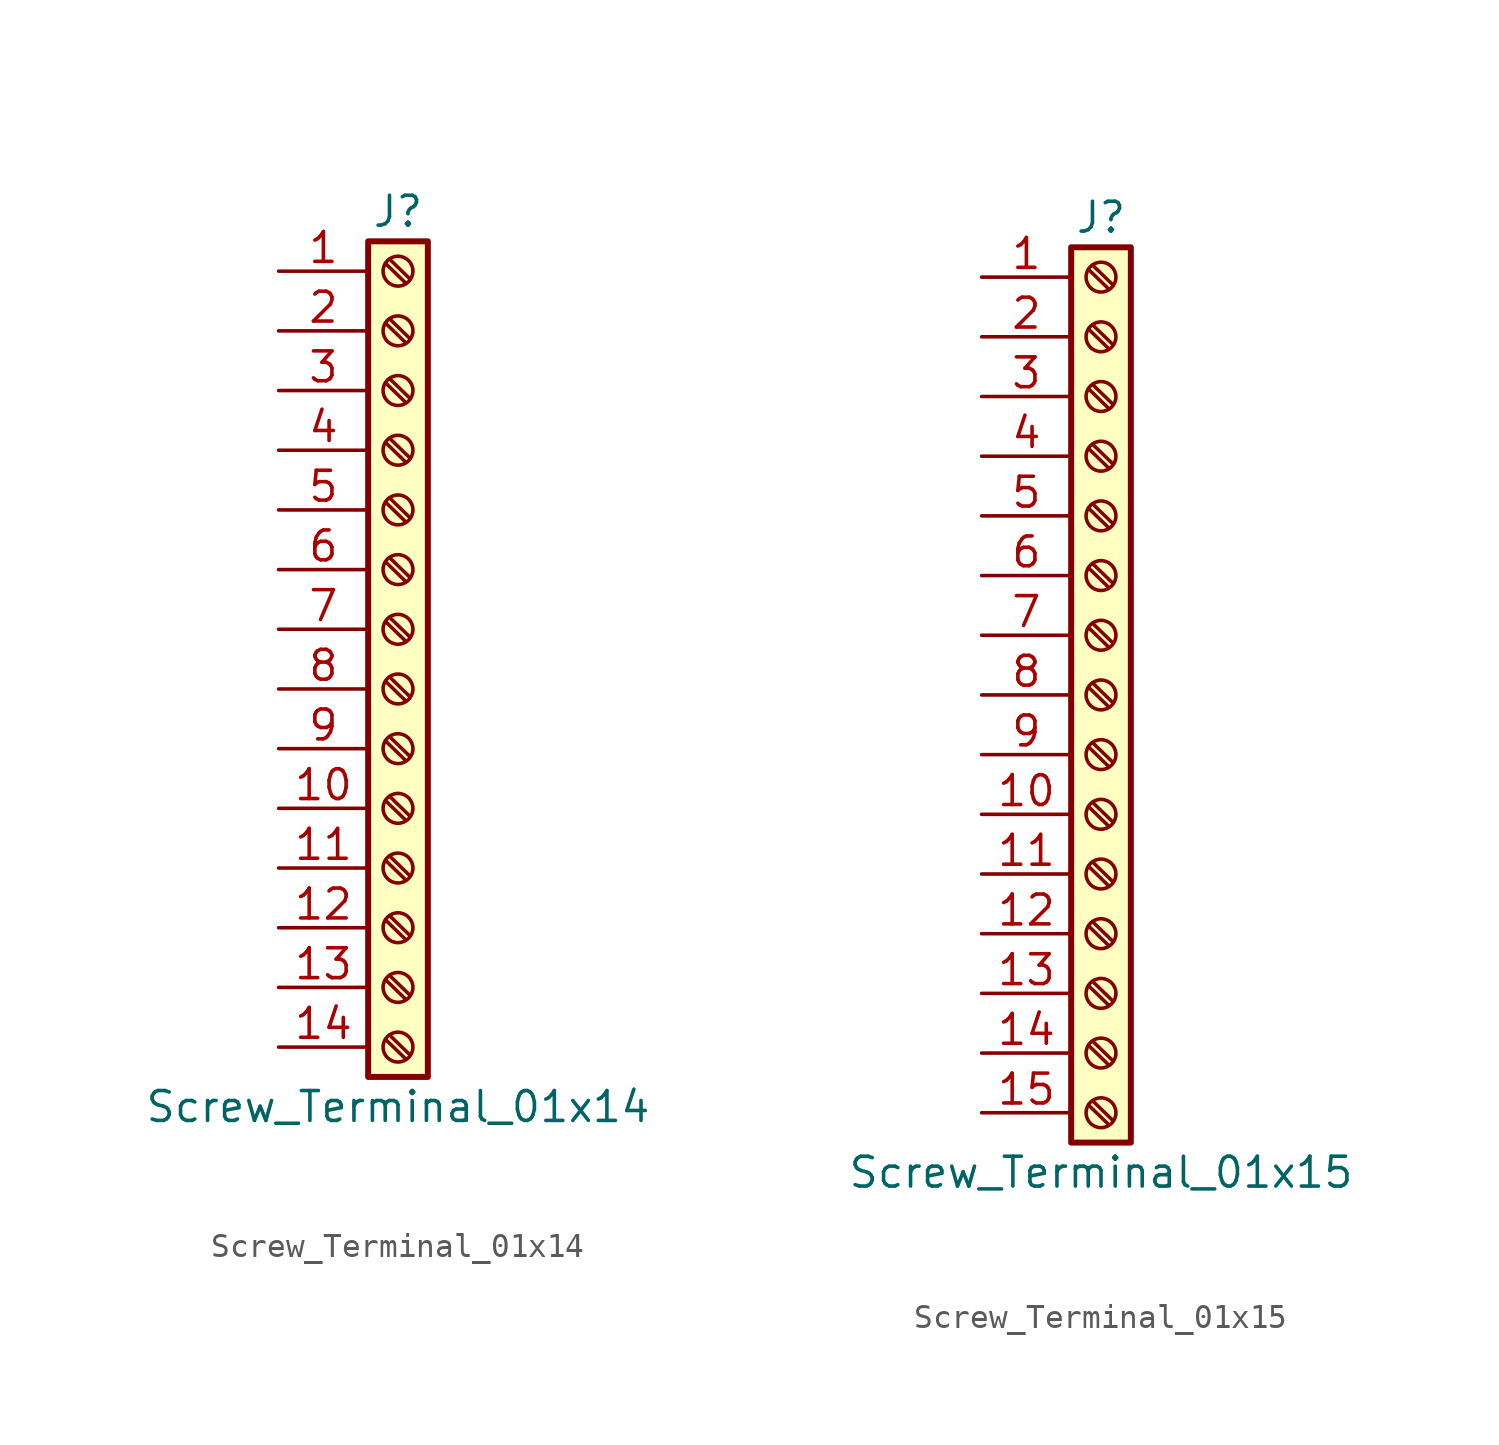
<source format=kicad_sym>
(kicad_symbol_lib
  (version 20241209)
  (generator "kicad_symbol_editor")
  (generator_version "9.0")
  (symbol "Screw_Terminal_01x14"
    (pin_names
      (offset 1.016)
      (hide yes))
    (property "Reference" "J"
      (at 0 17.78 0)
      (effects (font (size 1.27 1.27))))
    (property "Value" "Screw_Terminal_01x14"
      (at 0 -20.32 0)
      (effects (font (size 1.27 1.27))))
    (symbol "Screw_Terminal_01x14_1_1"
      (rectangle (start -1.27 16.51) (end 1.27 -19.05) (stroke (width 0.254) (type default)) (fill (type background)))
      (polyline (pts (xy -0.533 15.57) (xy 0.33 14.732)) (stroke (width 0.152) (type default)) (fill (type none)))
      (polyline (pts (xy -0.533 13.03) (xy 0.33 12.192)) (stroke (width 0.152) (type default)) (fill (type none)))
      (polyline (pts (xy -0.533 10.49) (xy 0.33 9.652)) (stroke (width 0.152) (type default)) (fill (type none)))
      (polyline (pts (xy -0.533 7.95) (xy 0.33 7.112)) (stroke (width 0.152) (type default)) (fill (type none)))
      (polyline (pts (xy -0.533 5.41) (xy 0.33 4.572)) (stroke (width 0.152) (type default)) (fill (type none)))
      (polyline (pts (xy -0.533 2.87) (xy 0.33 2.032)) (stroke (width 0.152) (type default)) (fill (type none)))
      (polyline (pts (xy -0.533 0.33) (xy 0.33 -0.508)) (stroke (width 0.152) (type default)) (fill (type none)))
      (polyline (pts (xy -0.533 -2.21) (xy 0.33 -3.048)) (stroke (width 0.152) (type default)) (fill (type none)))
      (polyline (pts (xy -0.533 -4.75) (xy 0.33 -5.588)) (stroke (width 0.152) (type default)) (fill (type none)))
      (polyline (pts (xy -0.533 -7.29) (xy 0.33 -8.128)) (stroke (width 0.152) (type default)) (fill (type none)))
      (polyline (pts (xy -0.533 -9.83) (xy 0.33 -10.668)) (stroke (width 0.152) (type default)) (fill (type none)))
      (polyline (pts (xy -0.533 -12.37) (xy 0.33 -13.208)) (stroke (width 0.152) (type default)) (fill (type none)))
      (polyline (pts (xy -0.533 -14.91) (xy 0.33 -15.748)) (stroke (width 0.152) (type default)) (fill (type none)))
      (polyline (pts (xy -0.533 -17.45) (xy 0.33 -18.288)) (stroke (width 0.152) (type default)) (fill (type none)))
      (polyline (pts (xy -0.356 15.748) (xy 0.508 14.91)) (stroke (width 0.152) (type default)) (fill (type none)))
      (polyline (pts (xy -0.356 13.208) (xy 0.508 12.37)) (stroke (width 0.152) (type default)) (fill (type none)))
      (polyline (pts (xy -0.356 10.668) (xy 0.508 9.83)) (stroke (width 0.152) (type default)) (fill (type none)))
      (polyline (pts (xy -0.356 8.128) (xy 0.508 7.29)) (stroke (width 0.152) (type default)) (fill (type none)))
      (polyline (pts (xy -0.356 5.588) (xy 0.508 4.75)) (stroke (width 0.152) (type default)) (fill (type none)))
      (polyline (pts (xy -0.356 3.048) (xy 0.508 2.21)) (stroke (width 0.152) (type default)) (fill (type none)))
      (polyline (pts (xy -0.356 0.508) (xy 0.508 -0.33)) (stroke (width 0.152) (type default)) (fill (type none)))
      (polyline (pts (xy -0.356 -2.032) (xy 0.508 -2.87)) (stroke (width 0.152) (type default)) (fill (type none)))
      (polyline (pts (xy -0.356 -4.572) (xy 0.508 -5.41)) (stroke (width 0.152) (type default)) (fill (type none)))
      (polyline (pts (xy -0.356 -7.112) (xy 0.508 -7.95)) (stroke (width 0.152) (type default)) (fill (type none)))
      (polyline (pts (xy -0.356 -9.652) (xy 0.508 -10.49)) (stroke (width 0.152) (type default)) (fill (type none)))
      (polyline (pts (xy -0.356 -12.192) (xy 0.508 -13.03)) (stroke (width 0.152) (type default)) (fill (type none)))
      (polyline (pts (xy -0.356 -14.732) (xy 0.508 -15.57)) (stroke (width 0.152) (type default)) (fill (type none)))
      (polyline (pts (xy -0.356 -17.272) (xy 0.508 -18.11)) (stroke (width 0.152) (type default)) (fill (type none)))
      (circle (center 0 15.24) (radius 0.635) (stroke (width 0.152) (type default)) (fill (type none)))
      (circle (center 0 12.7) (radius 0.635) (stroke (width 0.152) (type default)) (fill (type none)))
      (circle (center 0 10.16) (radius 0.635) (stroke (width 0.152) (type default)) (fill (type none)))
      (circle (center 0 7.62) (radius 0.635) (stroke (width 0.152) (type default)) (fill (type none)))
      (circle (center 0 5.08) (radius 0.635) (stroke (width 0.152) (type default)) (fill (type none)))
      (circle (center 0 2.54) (radius 0.635) (stroke (width 0.152) (type default)) (fill (type none)))
      (circle (center 0 0) (radius 0.635) (stroke (width 0.152) (type default)) (fill (type none)))
      (circle (center 0 -2.54) (radius 0.635) (stroke (width 0.152) (type default)) (fill (type none)))
      (circle (center 0 -5.08) (radius 0.635) (stroke (width 0.152) (type default)) (fill (type none)))
      (circle (center 0 -7.62) (radius 0.635) (stroke (width 0.152) (type default)) (fill (type none)))
      (circle (center 0 -10.16) (radius 0.635) (stroke (width 0.152) (type default)) (fill (type none)))
      (circle (center 0 -12.7) (radius 0.635) (stroke (width 0.152) (type default)) (fill (type none)))
      (circle (center 0 -15.24) (radius 0.635) (stroke (width 0.152) (type default)) (fill (type none)))
      (circle (center 0 -17.78) (radius 0.635) (stroke (width 0.152) (type default)) (fill (type none)))
      (pin passive line (at -5.08 15.24 0) (length 3.81) (name "Pin_1" (effects (font (size 1.27 1.27)))) (number "1" (effects (font (size 1.27 1.27)))))
      (pin passive line (at -5.08 12.7 0) (length 3.81) (name "Pin_2" (effects (font (size 1.27 1.27)))) (number "2" (effects (font (size 1.27 1.27)))))
      (pin passive line (at -5.08 10.16 0) (length 3.81) (name "Pin_3" (effects (font (size 1.27 1.27)))) (number "3" (effects (font (size 1.27 1.27)))))
      (pin passive line (at -5.08 7.62 0) (length 3.81) (name "Pin_4" (effects (font (size 1.27 1.27)))) (number "4" (effects (font (size 1.27 1.27)))))
      (pin passive line (at -5.08 5.08 0) (length 3.81) (name "Pin_5" (effects (font (size 1.27 1.27)))) (number "5" (effects (font (size 1.27 1.27)))))
      (pin passive line (at -5.08 2.54 0) (length 3.81) (name "Pin_6" (effects (font (size 1.27 1.27)))) (number "6" (effects (font (size 1.27 1.27)))))
      (pin passive line (at -5.08 0 0) (length 3.81) (name "Pin_7" (effects (font (size 1.27 1.27)))) (number "7" (effects (font (size 1.27 1.27)))))
      (pin passive line (at -5.08 -2.54 0) (length 3.81) (name "Pin_8" (effects (font (size 1.27 1.27)))) (number "8" (effects (font (size 1.27 1.27)))))
      (pin passive line (at -5.08 -5.08 0) (length 3.81) (name "Pin_9" (effects (font (size 1.27 1.27)))) (number "9" (effects (font (size 1.27 1.27)))))
      (pin passive line (at -5.08 -7.62 0) (length 3.81) (name "Pin_10" (effects (font (size 1.27 1.27)))) (number "10" (effects (font (size 1.27 1.27)))))
      (pin passive line (at -5.08 -10.16 0) (length 3.81) (name "Pin_11" (effects (font (size 1.27 1.27)))) (number "11" (effects (font (size 1.27 1.27)))))
      (pin passive line (at -5.08 -12.7 0) (length 3.81) (name "Pin_12" (effects (font (size 1.27 1.27)))) (number "12" (effects (font (size 1.27 1.27)))))
      (pin passive line (at -5.08 -15.24 0) (length 3.81) (name "Pin_13" (effects (font (size 1.27 1.27)))) (number "13" (effects (font (size 1.27 1.27)))))
      (pin passive line (at -5.08 -17.78 0) (length 3.81) (name "Pin_14" (effects (font (size 1.27 1.27)))) (number "14" (effects (font (size 1.27 1.27)))))))
  (symbol "Screw_Terminal_01x15"
    (pin_names
      (offset 1.016)
      (hide yes))
    (property "Reference" "J"
      (at 0 20.32 0)
      (effects (font (size 1.27 1.27))))
    (property "Value" "Screw_Terminal_01x15"
      (at 0 -20.32 0)
      (effects (font (size 1.27 1.27))))
    (symbol "Screw_Terminal_01x15_1_1"
      (rectangle (start -1.27 19.05) (end 1.27 -19.05) (stroke (width 0.254) (type default)) (fill (type background)))
      (polyline (pts (xy -0.533 18.11) (xy 0.33 17.272)) (stroke (width 0.152) (type default)) (fill (type none)))
      (polyline (pts (xy -0.533 15.57) (xy 0.33 14.732)) (stroke (width 0.152) (type default)) (fill (type none)))
      (polyline (pts (xy -0.533 13.03) (xy 0.33 12.192)) (stroke (width 0.152) (type default)) (fill (type none)))
      (polyline (pts (xy -0.533 10.49) (xy 0.33 9.652)) (stroke (width 0.152) (type default)) (fill (type none)))
      (polyline (pts (xy -0.533 7.95) (xy 0.33 7.112)) (stroke (width 0.152) (type default)) (fill (type none)))
      (polyline (pts (xy -0.533 5.41) (xy 0.33 4.572)) (stroke (width 0.152) (type default)) (fill (type none)))
      (polyline (pts (xy -0.533 2.87) (xy 0.33 2.032)) (stroke (width 0.152) (type default)) (fill (type none)))
      (polyline (pts (xy -0.533 0.33) (xy 0.33 -0.508)) (stroke (width 0.152) (type default)) (fill (type none)))
      (polyline (pts (xy -0.533 -2.21) (xy 0.33 -3.048)) (stroke (width 0.152) (type default)) (fill (type none)))
      (polyline (pts (xy -0.533 -4.75) (xy 0.33 -5.588)) (stroke (width 0.152) (type default)) (fill (type none)))
      (polyline (pts (xy -0.533 -7.29) (xy 0.33 -8.128)) (stroke (width 0.152) (type default)) (fill (type none)))
      (polyline (pts (xy -0.533 -9.83) (xy 0.33 -10.668)) (stroke (width 0.152) (type default)) (fill (type none)))
      (polyline (pts (xy -0.533 -12.37) (xy 0.33 -13.208)) (stroke (width 0.152) (type default)) (fill (type none)))
      (polyline (pts (xy -0.533 -14.91) (xy 0.33 -15.748)) (stroke (width 0.152) (type default)) (fill (type none)))
      (polyline (pts (xy -0.533 -17.45) (xy 0.33 -18.288)) (stroke (width 0.152) (type default)) (fill (type none)))
      (polyline (pts (xy -0.356 18.288) (xy 0.508 17.45)) (stroke (width 0.152) (type default)) (fill (type none)))
      (polyline (pts (xy -0.356 15.748) (xy 0.508 14.91)) (stroke (width 0.152) (type default)) (fill (type none)))
      (polyline (pts (xy -0.356 13.208) (xy 0.508 12.37)) (stroke (width 0.152) (type default)) (fill (type none)))
      (polyline (pts (xy -0.356 10.668) (xy 0.508 9.83)) (stroke (width 0.152) (type default)) (fill (type none)))
      (polyline (pts (xy -0.356 8.128) (xy 0.508 7.29)) (stroke (width 0.152) (type default)) (fill (type none)))
      (polyline (pts (xy -0.356 5.588) (xy 0.508 4.75)) (stroke (width 0.152) (type default)) (fill (type none)))
      (polyline (pts (xy -0.356 3.048) (xy 0.508 2.21)) (stroke (width 0.152) (type default)) (fill (type none)))
      (polyline (pts (xy -0.356 0.508) (xy 0.508 -0.33)) (stroke (width 0.152) (type default)) (fill (type none)))
      (polyline (pts (xy -0.356 -2.032) (xy 0.508 -2.87)) (stroke (width 0.152) (type default)) (fill (type none)))
      (polyline (pts (xy -0.356 -4.572) (xy 0.508 -5.41)) (stroke (width 0.152) (type default)) (fill (type none)))
      (polyline (pts (xy -0.356 -7.112) (xy 0.508 -7.95)) (stroke (width 0.152) (type default)) (fill (type none)))
      (polyline (pts (xy -0.356 -9.652) (xy 0.508 -10.49)) (stroke (width 0.152) (type default)) (fill (type none)))
      (polyline (pts (xy -0.356 -12.192) (xy 0.508 -13.03)) (stroke (width 0.152) (type default)) (fill (type none)))
      (polyline (pts (xy -0.356 -14.732) (xy 0.508 -15.57)) (stroke (width 0.152) (type default)) (fill (type none)))
      (polyline (pts (xy -0.356 -17.272) (xy 0.508 -18.11)) (stroke (width 0.152) (type default)) (fill (type none)))
      (circle (center 0 17.78) (radius 0.635) (stroke (width 0.152) (type default)) (fill (type none)))
      (circle (center 0 15.24) (radius 0.635) (stroke (width 0.152) (type default)) (fill (type none)))
      (circle (center 0 12.7) (radius 0.635) (stroke (width 0.152) (type default)) (fill (type none)))
      (circle (center 0 10.16) (radius 0.635) (stroke (width 0.152) (type default)) (fill (type none)))
      (circle (center 0 7.62) (radius 0.635) (stroke (width 0.152) (type default)) (fill (type none)))
      (circle (center 0 5.08) (radius 0.635) (stroke (width 0.152) (type default)) (fill (type none)))
      (circle (center 0 2.54) (radius 0.635) (stroke (width 0.152) (type default)) (fill (type none)))
      (circle (center 0 0) (radius 0.635) (stroke (width 0.152) (type default)) (fill (type none)))
      (circle (center 0 -2.54) (radius 0.635) (stroke (width 0.152) (type default)) (fill (type none)))
      (circle (center 0 -5.08) (radius 0.635) (stroke (width 0.152) (type default)) (fill (type none)))
      (circle (center 0 -7.62) (radius 0.635) (stroke (width 0.152) (type default)) (fill (type none)))
      (circle (center 0 -10.16) (radius 0.635) (stroke (width 0.152) (type default)) (fill (type none)))
      (circle (center 0 -12.7) (radius 0.635) (stroke (width 0.152) (type default)) (fill (type none)))
      (circle (center 0 -15.24) (radius 0.635) (stroke (width 0.152) (type default)) (fill (type none)))
      (circle (center 0 -17.78) (radius 0.635) (stroke (width 0.152) (type default)) (fill (type none)))
      (pin passive line (at -5.08 17.78 0) (length 3.81) (name "Pin_1" (effects (font (size 1.27 1.27)))) (number "1" (effects (font (size 1.27 1.27)))))
      (pin passive line (at -5.08 15.24 0) (length 3.81) (name "Pin_2" (effects (font (size 1.27 1.27)))) (number "2" (effects (font (size 1.27 1.27)))))
      (pin passive line (at -5.08 12.7 0) (length 3.81) (name "Pin_3" (effects (font (size 1.27 1.27)))) (number "3" (effects (font (size 1.27 1.27)))))
      (pin passive line (at -5.08 10.16 0) (length 3.81) (name "Pin_4" (effects (font (size 1.27 1.27)))) (number "4" (effects (font (size 1.27 1.27)))))
      (pin passive line (at -5.08 7.62 0) (length 3.81) (name "Pin_5" (effects (font (size 1.27 1.27)))) (number "5" (effects (font (size 1.27 1.27)))))
      (pin passive line (at -5.08 5.08 0) (length 3.81) (name "Pin_6" (effects (font (size 1.27 1.27)))) (number "6" (effects (font (size 1.27 1.27)))))
      (pin passive line (at -5.08 2.54 0) (length 3.81) (name "Pin_7" (effects (font (size 1.27 1.27)))) (number "7" (effects (font (size 1.27 1.27)))))
      (pin passive line (at -5.08 0 0) (length 3.81) (name "Pin_8" (effects (font (size 1.27 1.27)))) (number "8" (effects (font (size 1.27 1.27)))))
      (pin passive line (at -5.08 -2.54 0) (length 3.81) (name "Pin_9" (effects (font (size 1.27 1.27)))) (number "9" (effects (font (size 1.27 1.27)))))
      (pin passive line (at -5.08 -5.08 0) (length 3.81) (name "Pin_10" (effects (font (size 1.27 1.27)))) (number "10" (effects (font (size 1.27 1.27)))))
      (pin passive line (at -5.08 -7.62 0) (length 3.81) (name "Pin_11" (effects (font (size 1.27 1.27)))) (number "11" (effects (font (size 1.27 1.27)))))
      (pin passive line (at -5.08 -10.16 0) (length 3.81) (name "Pin_12" (effects (font (size 1.27 1.27)))) (number "12" (effects (font (size 1.27 1.27)))))
      (pin passive line (at -5.08 -12.7 0) (length 3.81) (name "Pin_13" (effects (font (size 1.27 1.27)))) (number "13" (effects (font (size 1.27 1.27)))))
      (pin passive line (at -5.08 -15.24 0) (length 3.81) (name "Pin_14" (effects (font (size 1.27 1.27)))) (number "14" (effects (font (size 1.27 1.27)))))
      (pin passive line (at -5.08 -17.78 0) (length 3.81) (name "Pin_15" (effects (font (size 1.27 1.27)))) (number "15" (effects (font (size 1.27 1.27))))))))
</source>
